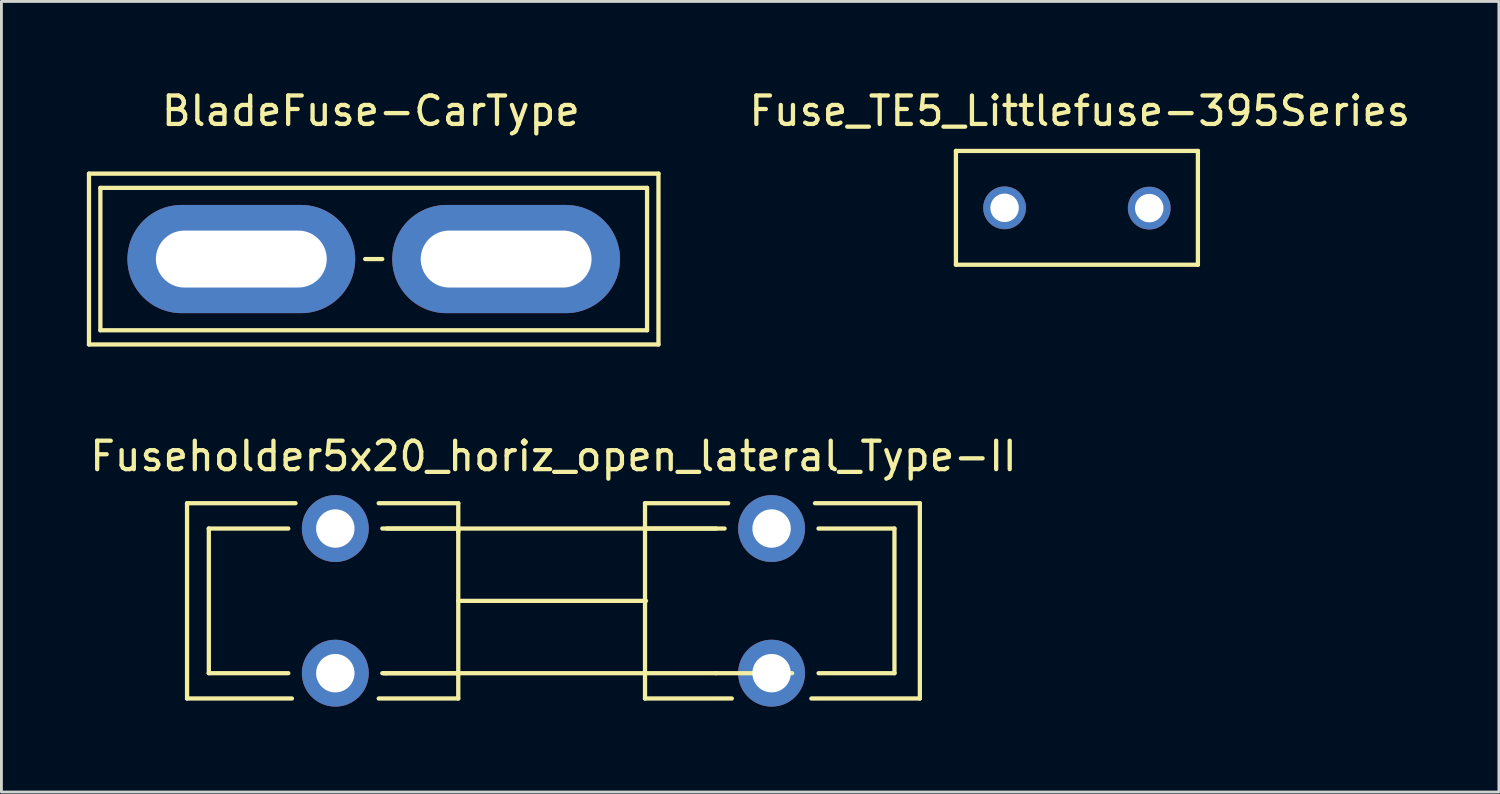
<source format=kicad_pcb>
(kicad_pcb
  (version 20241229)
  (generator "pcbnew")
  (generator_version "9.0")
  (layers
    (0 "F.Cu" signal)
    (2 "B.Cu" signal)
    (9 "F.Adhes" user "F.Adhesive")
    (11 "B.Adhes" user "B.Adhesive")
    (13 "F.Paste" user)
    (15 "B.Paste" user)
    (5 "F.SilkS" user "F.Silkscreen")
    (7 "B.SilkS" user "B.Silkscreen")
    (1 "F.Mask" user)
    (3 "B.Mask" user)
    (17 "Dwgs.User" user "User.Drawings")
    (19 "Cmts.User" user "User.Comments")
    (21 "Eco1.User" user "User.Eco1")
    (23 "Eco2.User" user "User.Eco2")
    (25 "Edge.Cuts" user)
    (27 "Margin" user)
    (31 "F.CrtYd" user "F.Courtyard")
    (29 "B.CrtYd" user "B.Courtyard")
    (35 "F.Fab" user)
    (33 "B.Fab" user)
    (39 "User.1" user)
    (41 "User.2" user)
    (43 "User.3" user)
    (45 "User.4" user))
  (footprint "Fuse_TE5_Littlefuse-395Series"
    (layer "F.Cu")
    (at 34.771 4.249)
    (property "Reference" "Fuse_TE5_Littlefuse-395Series" (at 0.099 -3.401 0) (layer "F.SilkS") (effects (font (size 1 1) (thickness 0.15))))
    (attr through_hole)
    (fp_line (start -4.249 -1.999) (end -4.249 1.999) (stroke (width 0.15) (type solid)) (layer "F.SilkS"))
    (fp_line (start -4.249 1.999) (end 4.249 1.999) (stroke (width 0.15) (type solid)) (layer "F.SilkS"))
    (fp_line (start 4.249 -1.999) (end -4.249 -1.999) (stroke (width 0.15) (type solid)) (layer "F.SilkS"))
    (fp_line (start 4.249 1.999) (end 4.249 -1.999) (stroke (width 0.15) (type solid)) (layer "F.SilkS"))
    (pad "1" thru_hole circle (at -2.54 0) (size 1.501 1.501) (drill 1.001) (layers "*.Cu" "*.Mask"))
    (pad "2" thru_hole circle (at 2.54 0.01) (size 1.501 1.501) (drill 1.001) (layers "*.Cu" "*.Mask")))
  (footprint "Fuseholder5x20_horiz_open_lateral_Type-II"
    (layer "F.Cu")
    (at 16.387 18.052)
    (property "Reference" "Fuseholder5x20_horiz_open_lateral_Type-II" (at 0 -5.08 0) (layer "F.SilkS") (effects (font (size 1 1) (thickness 0.15))))
    (attr through_hole)
    (fp_line (start -12.868 -3.429) (end -12.868 3.429) (stroke (width 0.15) (type solid)) (layer "F.SilkS"))
    (fp_line (start -12.868 -3.429) (end -9.058 -3.429) (stroke (width 0.15) (type solid)) (layer "F.SilkS"))
    (fp_line (start -12.868 3.429) (end -9.185 3.429) (stroke (width 0.15) (type solid)) (layer "F.SilkS"))
    (fp_line (start -12.106 -2.54) (end -9.312 -2.54) (stroke (width 0.15) (type solid)) (layer "F.SilkS"))
    (fp_line (start -12.106 2.54) (end -9.312 2.54) (stroke (width 0.15) (type solid)) (layer "F.SilkS"))
    (fp_line (start -12.103 -2.54) (end -12.103 2.54) (stroke (width 0.15) (type solid)) (layer "F.SilkS"))
    (fp_line (start -5.883 2.54) (end -6.01 2.54) (stroke (width 0.15) (type solid)) (layer "F.SilkS"))
    (fp_line (start -5.883 2.54) (end -3.343 2.54) (stroke (width 0.15) (type solid)) (layer "F.SilkS"))
    (fp_line (start -5.842 -2.54) (end 5.715 -2.54) (stroke (width 0.15) (type solid)) (layer "F.SilkS"))
    (fp_line (start -3.343 -3.429) (end -6.137 -3.429) (stroke (width 0.15) (type solid)) (layer "F.SilkS"))
    (fp_line (start -3.343 -3.429) (end -3.343 -2.413) (stroke (width 0.15) (type solid)) (layer "F.SilkS"))
    (fp_line (start -3.343 -2.54) (end -6.01 -2.54) (stroke (width 0.15) (type solid)) (layer "F.SilkS"))
    (fp_line (start -3.343 0) (end -3.343 -2.54) (stroke (width 0.15) (type solid)) (layer "F.SilkS"))
    (fp_line (start -3.343 2.54) (end -3.343 0) (stroke (width 0.15) (type solid)) (layer "F.SilkS"))
    (fp_line (start -3.343 3.429) (end -6.137 3.429) (stroke (width 0.15) (type solid)) (layer "F.SilkS"))
    (fp_line (start -3.343 3.429) (end -3.343 2.54) (stroke (width 0.15) (type solid)) (layer "F.SilkS"))
    (fp_line (start 3.216 -3.429) (end 3.216 -2.54) (stroke (width 0.15) (type solid)) (layer "F.SilkS"))
    (fp_line (start 3.216 -3.429) (end 6.137 -3.429) (stroke (width 0.15) (type solid)) (layer "F.SilkS"))
    (fp_line (start 3.216 -2.54) (end 6.01 -2.54) (stroke (width 0.15) (type solid)) (layer "F.SilkS"))
    (fp_line (start 3.216 0) (end 3.216 -2.54) (stroke (width 0.15) (type solid)) (layer "F.SilkS"))
    (fp_line (start 3.216 2.54) (end 3.216 0) (stroke (width 0.15) (type solid)) (layer "F.SilkS"))
    (fp_line (start 3.216 3.429) (end 3.216 2.54) (stroke (width 0.15) (type solid)) (layer "F.SilkS"))
    (fp_line (start 3.216 3.429) (end 6.264 3.429) (stroke (width 0.15) (type solid)) (layer "F.SilkS"))
    (fp_line (start 3.251 0) (end -3.251 0) (stroke (width 0.15) (type solid)) (layer "F.SilkS"))
    (fp_line (start 5.715 2.54) (end -5.969 2.54) (stroke (width 0.15) (type solid)) (layer "F.SilkS"))
    (fp_line (start 5.715 2.54) (end 8.382 2.54) (stroke (width 0.15) (type solid)) (layer "F.SilkS"))
    (fp_line (start 11.976 -2.54) (end 9.309 -2.54) (stroke (width 0.15) (type solid)) (layer "F.SilkS"))
    (fp_line (start 11.976 -2.54) (end 11.976 2.54) (stroke (width 0.15) (type solid)) (layer "F.SilkS"))
    (fp_line (start 11.979 2.54) (end 9.312 2.54) (stroke (width 0.15) (type solid)) (layer "F.SilkS"))
    (fp_line (start 12.868 -3.429) (end 9.185 -3.429) (stroke (width 0.15) (type solid)) (layer "F.SilkS"))
    (fp_line (start 12.868 -3.429) (end 12.868 3.429) (stroke (width 0.15) (type solid)) (layer "F.SilkS"))
    (fp_line (start 12.868 3.429) (end 9.058 3.429) (stroke (width 0.15) (type solid)) (layer "F.SilkS"))
    (pad "1" thru_hole circle (at -7.661 -2.54) (size 2.349 2.349) (drill 1.349) (layers "*.Cu" "*.Mask"))
    (pad "1" thru_hole circle (at -7.661 2.54) (size 2.349 2.349) (drill 1.349) (layers "*.Cu" "*.Mask"))
    (pad "2" thru_hole circle (at 7.661 -2.54) (size 2.349 2.349) (drill 1.349) (layers "*.Cu" "*.Mask"))
    (pad "2" thru_hole circle (at 7.661 2.54) (size 2.349 2.349) (drill 1.349) (layers "*.Cu" "*.Mask")))
  (footprint "BladeFuse-CarType"
    (layer "F.Cu")
    (at 10.075 6.048)
    (property "Reference" "BladeFuse-CarType" (at -0.1 -5.2 0) (layer "F.SilkS") (effects (font (size 1 1) (thickness 0.15))))
    (attr through_hole)
    (fp_line (start -10 -3) (end 10 -3) (stroke (width 0.15) (type solid)) (layer "F.SilkS"))
    (fp_line (start -10 3) (end -10 -3) (stroke (width 0.15) (type solid)) (layer "F.SilkS"))
    (fp_line (start -9.6 -2.5) (end 9.6 -2.5) (stroke (width 0.15) (type solid)) (layer "F.SilkS"))
    (fp_line (start -9.6 2.5) (end -9.6 -2.5) (stroke (width 0.15) (type solid)) (layer "F.SilkS"))
    (fp_line (start 0.3 0) (end -0.3 0) (stroke (width 0.15) (type solid)) (layer "F.SilkS"))
    (fp_line (start 9.6 -2.5) (end 9.6 2.5) (stroke (width 0.15) (type solid)) (layer "F.SilkS"))
    (fp_line (start 9.6 2.5) (end -9.6 2.5) (stroke (width 0.15) (type solid)) (layer "F.SilkS"))
    (fp_line (start 10 -3) (end 10 3) (stroke (width 0.15) (type solid)) (layer "F.SilkS"))
    (fp_line (start 10 3) (end -10 3) (stroke (width 0.15) (type solid)) (layer "F.SilkS"))
    (pad "1" thru_hole oval (at -4.65 0) (size 8 3.8) (drill oval 6 2) (layers "*.Cu" "*.Mask"))
    (pad "2" thru_hole oval (at 4.65 0) (size 8 3.8) (drill oval 6 2) (layers "*.Cu" "*.Mask")))
  (gr_rect
    (start -3 -3)
    (end 49.59 24.766)
    (stroke (width 0.1) (type default))
    (fill no)
    (layer "Edge.Cuts")))
</source>
